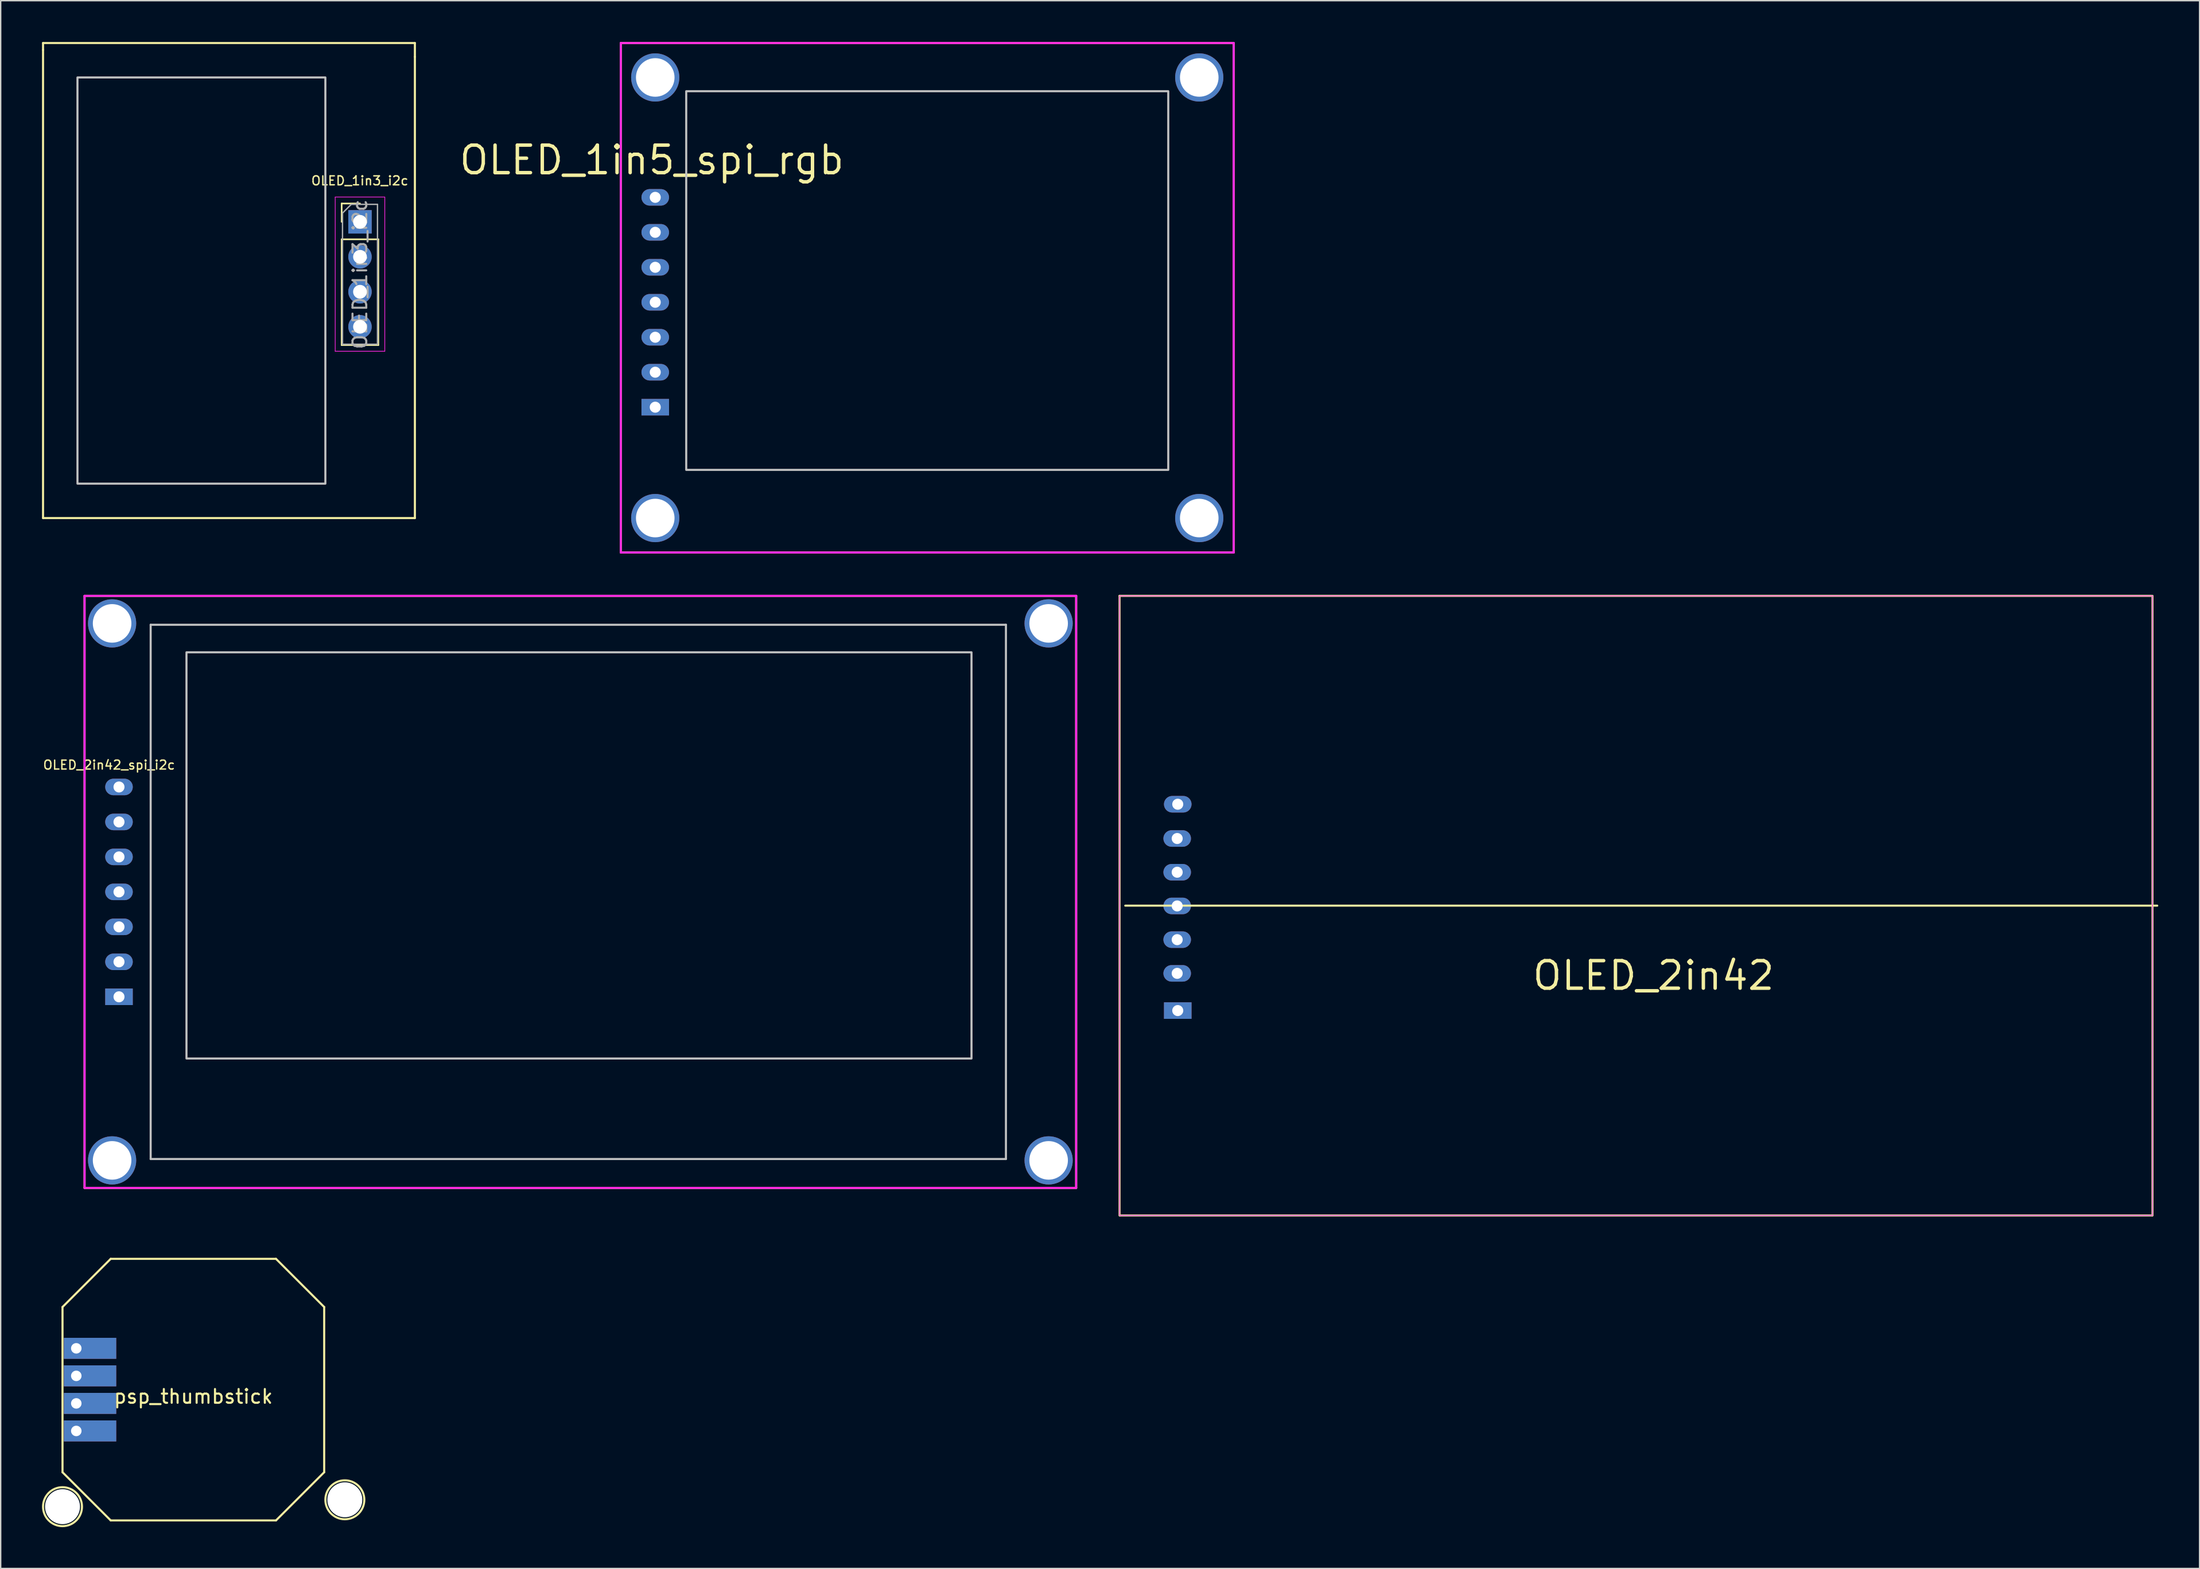
<source format=kicad_pcb>
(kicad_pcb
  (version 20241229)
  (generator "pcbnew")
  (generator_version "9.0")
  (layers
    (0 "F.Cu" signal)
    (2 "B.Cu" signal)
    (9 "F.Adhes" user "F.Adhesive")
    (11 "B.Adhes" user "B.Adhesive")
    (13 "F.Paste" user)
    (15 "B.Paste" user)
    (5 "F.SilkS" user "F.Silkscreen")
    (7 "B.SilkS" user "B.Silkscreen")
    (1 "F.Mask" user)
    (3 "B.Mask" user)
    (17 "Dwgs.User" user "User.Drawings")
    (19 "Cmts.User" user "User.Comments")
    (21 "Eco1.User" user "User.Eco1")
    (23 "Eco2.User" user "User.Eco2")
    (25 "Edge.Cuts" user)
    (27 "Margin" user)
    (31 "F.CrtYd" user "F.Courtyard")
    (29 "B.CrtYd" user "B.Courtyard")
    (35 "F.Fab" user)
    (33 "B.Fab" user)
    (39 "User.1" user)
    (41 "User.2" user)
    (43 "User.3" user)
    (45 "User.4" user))
  (footprint "OLED_2in42"
    (layer "F.Cu")
    (at 115.74 62.725)
    (property "Reference" "OLED_2in42" (at 1.27 5.08 0) (layer "F.SilkS") (effects (font (size 2 2) (thickness 0.25))))
    (attr through_hole)
    (fp_line (start -37.5 -22.5) (end 37.43 -22.5) (stroke (width 0.15) (type solid)) (layer "F.SilkS"))
    (fp_line (start -37.5 22.5) (end -37.5 -22.5) (stroke (width 0.15) (type solid)) (layer "F.SilkS"))
    (fp_line (start -37.084 0) (end 37.846 0) (stroke (width 0.15) (type solid)) (layer "F.SilkS"))
    (fp_line (start 37.465 22.5) (end -37.465 22.5) (stroke (width 0.15) (type solid)) (layer "F.SilkS"))
    (fp_line (start 37.5 -22.5) (end 37.5 22.5) (stroke (width 0.15) (type solid)) (layer "F.SilkS"))
    (fp_line (start -37.5 22.5) (end -37.5 -22.5) (stroke (width 0.05) (type solid)) (layer "F.CrtYd"))
    (fp_line (start -37.465 -22.5) (end 37.465 -22.5) (stroke (width 0.05) (type solid)) (layer "F.CrtYd"))
    (fp_line (start 37.465 22.5) (end -37.465 22.5) (stroke (width 0.05) (type solid)) (layer "F.CrtYd"))
    (fp_line (start 37.5 -22.5) (end 37.5 22.5) (stroke (width 0.05) (type solid)) (layer "F.CrtYd"))
    (pad "1" thru_hole rect (at -33.274 7.62 90) (size 1.2 2) (drill 0.8) (layers "*.Cu" "*.Mask"))
    (pad "2" thru_hole oval (at -33.315 4.917 90) (size 1.2 2) (drill 0.8) (layers "*.Cu" "*.Mask"))
    (pad "3" thru_hole oval (at -33.315 2.469 90) (size 1.2 2) (drill 0.8) (layers "*.Cu" "*.Mask"))
    (pad "4" thru_hole oval (at -33.315 0.02 90) (size 1.2 2) (drill 0.8) (layers "*.Cu" "*.Mask"))
    (pad "5" thru_hole oval (at -33.315 -2.428 90) (size 1.2 2) (drill 0.8) (layers "*.Cu" "*.Mask"))
    (pad "6" thru_hole oval (at -33.315 -4.877 90) (size 1.2 2) (drill 0.8) (layers "*.Cu" "*.Mask"))
    (pad "7" thru_hole oval (at -33.274 -7.366 90) (size 1.2 2) (drill 0.8) (layers "*.Cu" "*.Mask")))
  (footprint "OLED_2in42_spi_i2c"
    (layer "F.Cu")
    (at 39.158 61.397)
    (property "Reference" "OLED_2in42_spi_i2c" (at -34.29 -8.89 0) (layer "F.SilkS") (effects (font (size 0.648 0.648) (thickness 0.102))))
    (attr through_hole)
    (fp_line (start -36.068 -21.172) (end -36.068 21.828) (stroke (width 0.15) (type solid)) (layer "F.SilkS"))
    (fp_line (start -36.068 21.828) (end 35.932 21.828) (stroke (width 0.15) (type solid)) (layer "F.SilkS"))
    (fp_line (start 35.932 -21.172) (end -36.068 -21.172) (stroke (width 0.15) (type solid)) (layer "F.SilkS"))
    (fp_line (start 35.932 21.828) (end 35.932 -21.172) (stroke (width 0.15) (type solid)) (layer "F.SilkS"))
    (fp_line (start -31.268 -19.072) (end 30.832 -19.072) (stroke (width 0.15) (type solid)) (layer "Dwgs.User"))
    (fp_line (start -31.268 19.728) (end -31.268 -19.072) (stroke (width 0.15) (type solid)) (layer "Dwgs.User"))
    (fp_line (start 30.832 -19.072) (end 30.832 19.728) (stroke (width 0.15) (type solid)) (layer "Dwgs.User"))
    (fp_line (start 30.832 19.728) (end -31.268 19.728) (stroke (width 0.15) (type solid)) (layer "Dwgs.User"))
    (fp_poly (pts (xy 28.332 12.428) (xy 28.332 -17.072) (xy -28.668 -17.072) (xy -28.668 12.428)) (stroke (width 0.15) (type solid)) (fill no) (layer "Dwgs.User"))
    (fp_line (start -36.068 -21.172) (end -36.068 21.828) (stroke (width 0.15) (type solid)) (layer "F.CrtYd"))
    (fp_line (start -36.068 21.828) (end 35.932 21.828) (stroke (width 0.15) (type solid)) (layer "F.CrtYd"))
    (fp_line (start 35.932 -21.172) (end -36.068 -21.172) (stroke (width 0.15) (type solid)) (layer "F.CrtYd"))
    (fp_line (start 35.932 21.828) (end 35.932 -21.172) (stroke (width 0.15) (type solid)) (layer "F.CrtYd"))
    (pad "" np_thru_hole circle (at -34.068 -19.172 90) (size 3.5 3.5) (drill 2.8) (layers "*.Cu" "*.Mask"))
    (pad "" np_thru_hole circle (at -34.068 19.828 90) (size 3.5 3.5) (drill 2.8) (layers "*.Cu" "*.Mask"))
    (pad "" np_thru_hole circle (at 33.932 -19.172 90) (size 3.5 3.5) (drill 2.8) (layers "*.Cu" "*.Mask"))
    (pad "" np_thru_hole circle (at 33.932 19.828 90) (size 3.5 3.5) (drill 2.8) (layers "*.Cu" "*.Mask"))
    (pad "1" thru_hole rect (at -33.568 7.948 90) (size 1.2 2) (drill 0.8) (layers "*.Cu" "*.Mask"))
    (pad "2" thru_hole oval (at -33.568 5.408 90) (size 1.2 2) (drill 0.8) (layers "*.Cu" "*.Mask"))
    (pad "3" thru_hole oval (at -33.568 2.868 90) (size 1.2 2) (drill 0.8) (layers "*.Cu" "*.Mask"))
    (pad "4" thru_hole oval (at -33.568 0.328 90) (size 1.2 2) (drill 0.8) (layers "*.Cu" "*.Mask"))
    (pad "5" thru_hole oval (at -33.568 -2.212 90) (size 1.2 2) (drill 0.8) (layers "*.Cu" "*.Mask"))
    (pad "6" thru_hole oval (at -33.568 -4.752 90) (size 1.2 2) (drill 0.8) (layers "*.Cu" "*.Mask"))
    (pad "7" thru_hole oval (at -33.568 -7.292 90) (size 1.2 2) (drill 0.8) (layers "*.Cu" "*.Mask")))
  (footprint "psp_thumbstick"
    (layer "F.Cu")
    (at 10.989 97.875)
    (property "Reference" "psp_thumbstick" (at 0 0.5 0) (layer "F.SilkS") (effects (font (size 1 1) (thickness 0.15))))
    (attr through_hole)
    (fp_line (start -9.5 -6) (end -9.5 6) (stroke (width 0.15) (type solid)) (layer "F.SilkS"))
    (fp_line (start -9.5 -6) (end -6 -9.5) (stroke (width 0.15) (type solid)) (layer "F.SilkS"))
    (fp_line (start -6 -9.5) (end 6 -9.5) (stroke (width 0.15) (type solid)) (layer "F.SilkS"))
    (fp_line (start -6 9.5) (end -9.5 6) (stroke (width 0.15) (type solid)) (layer "F.SilkS"))
    (fp_line (start -6 9.5) (end 6 9.5) (stroke (width 0.15) (type solid)) (layer "F.SilkS"))
    (fp_line (start 6 -9.5) (end 9.5 -6) (stroke (width 0.15) (type solid)) (layer "F.SilkS"))
    (fp_line (start 6 9.5) (end 9.5 6) (stroke (width 0.15) (type solid)) (layer "F.SilkS"))
    (fp_line (start 9.5 -6) (end 9.5 6) (stroke (width 0.15) (type solid)) (layer "F.SilkS"))
    (fp_circle (center -9.5 8.5) (end -8.5 9.5) (stroke (width 0.15) (type solid)) (fill no) (layer "F.SilkS"))
    (fp_circle (center 11 8) (end 12 9) (stroke (width 0.15) (type solid)) (fill no) (layer "F.SilkS"))
    (pad "" np_thru_hole circle (at -9.5 8.5) (size 2.54 2.54) (drill 2.54) (layers "*.Cu" "*.Mask"))
    (pad "" np_thru_hole circle (at 11 8) (size 2.54 2.54) (drill 2.54) (layers "*.Cu" "*.Mask"))
    (pad "1" thru_hole rect (at -8.5 -3) (size 3.8 1.524) (drill 0.762 (offset 1 0)) (layers "*.Cu" "*.Mask"))
    (pad "2" thru_hole rect (at -8.5 -1) (size 3.8 1.524) (drill 0.762 (offset 1 0)) (layers "*.Cu" "*.Mask"))
    (pad "3" thru_hole rect (at -8.5 1) (size 3.8 1.524) (drill 0.762 (offset 1 0)) (layers "*.Cu" "*.Mask"))
    (pad "4" thru_hole rect (at -8.5 3) (size 3.8 1.524) (drill 0.762 (offset 1 0)) (layers "*.Cu" "*.Mask")))
  (footprint "OLED_1in5_spi_rgb"
    (layer "F.Cu")
    (at 64.277 18.575)
    (property "Reference" "OLED_1in5_spi_rgb" (at -20 -10 0) (layer "F.SilkS") (effects (font (size 2 2) (thickness 0.25))))
    (attr through_hole)
    (fp_line (start -22.25 -18.5) (end -22.25 18.5) (stroke (width 0.15) (type solid)) (layer "F.SilkS"))
    (fp_line (start -22.25 18.5) (end 22.25 18.5) (stroke (width 0.15) (type solid)) (layer "F.SilkS"))
    (fp_line (start 22.25 -18.5) (end -22.25 -18.5) (stroke (width 0.15) (type solid)) (layer "F.SilkS"))
    (fp_line (start 22.25 18.5) (end 22.25 -18.5) (stroke (width 0.15) (type solid)) (layer "F.SilkS"))
    (fp_poly (pts (xy 17.5 12.5) (xy 17.5 -15) (xy -17.5 -15) (xy -17.5 12.5)) (stroke (width 0.15) (type solid)) (fill no) (layer "Dwgs.User"))
    (fp_line (start -22.25 -18.5) (end -22.25 18.5) (stroke (width 0.15) (type solid)) (layer "F.CrtYd"))
    (fp_line (start -22.25 18.5) (end 22.25 18.5) (stroke (width 0.15) (type solid)) (layer "F.CrtYd"))
    (fp_line (start 22.25 -18.5) (end -22.25 -18.5) (stroke (width 0.15) (type solid)) (layer "F.CrtYd"))
    (fp_line (start 22.25 18.5) (end 22.25 -18.5) (stroke (width 0.15) (type solid)) (layer "F.CrtYd"))
    (pad "" np_thru_hole circle (at -19.75 -16 90) (size 3.5 3.5) (drill 2.8) (layers "*.Cu" "*.Mask"))
    (pad "" np_thru_hole circle (at -19.75 16 90) (size 3.5 3.5) (drill 2.8) (layers "*.Cu" "*.Mask"))
    (pad "" np_thru_hole circle (at 19.75 -16 90) (size 3.5 3.5) (drill 2.8) (layers "*.Cu" "*.Mask"))
    (pad "" np_thru_hole circle (at 19.75 16 90) (size 3.5 3.5) (drill 2.8) (layers "*.Cu" "*.Mask"))
    (pad "1" thru_hole rect (at -19.75 7.948 90) (size 1.2 2) (drill 0.8) (layers "*.Cu" "*.Mask"))
    (pad "2" thru_hole oval (at -19.75 5.408 90) (size 1.2 2) (drill 0.8) (layers "*.Cu" "*.Mask"))
    (pad "3" thru_hole oval (at -19.75 2.868 90) (size 1.2 2) (drill 0.8) (layers "*.Cu" "*.Mask"))
    (pad "4" thru_hole oval (at -19.75 0.328 90) (size 1.2 2) (drill 0.8) (layers "*.Cu" "*.Mask"))
    (pad "5" thru_hole oval (at -19.75 -2.212 90) (size 1.2 2) (drill 0.8) (layers "*.Cu" "*.Mask"))
    (pad "6" thru_hole oval (at -19.75 -4.752 90) (size 1.2 2) (drill 0.8) (layers "*.Cu" "*.Mask"))
    (pad "7" thru_hole oval (at -19.75 -7.292 90) (size 1.2 2) (drill 0.8) (layers "*.Cu" "*.Mask")))
  (footprint "OLED_1in3_i2c"
    (layer "F.Cu")
    (at 23.075 13.075)
    (property "Reference" "OLED_1in3_i2c" (at 0 -3 180) (layer "F.SilkS") (effects (font (size 0.648 0.648) (thickness 0.102))))
    (attr through_hole)
    (fp_line (start -23 -13) (end 4 -13) (stroke (width 0.15) (type solid)) (layer "F.SilkS"))
    (fp_line (start -23 -12.5) (end -23 -13) (stroke (width 0.15) (type solid)) (layer "F.SilkS"))
    (fp_line (start -23 21.5) (end -23 -12.5) (stroke (width 0.15) (type solid)) (layer "F.SilkS"))
    (fp_line (start -1.316 -1.344) (end 0.014 -1.344) (stroke (width 0.12) (type solid)) (layer "F.SilkS"))
    (fp_line (start -1.316 -0.014) (end -1.316 -1.344) (stroke (width 0.12) (type solid)) (layer "F.SilkS"))
    (fp_line (start -1.316 1.256) (end -1.316 8.936) (stroke (width 0.12) (type solid)) (layer "F.SilkS"))
    (fp_line (start -1.316 1.256) (end 1.344 1.256) (stroke (width 0.12) (type solid)) (layer "F.SilkS"))
    (fp_line (start -1.316 8.936) (end 1.344 8.936) (stroke (width 0.12) (type solid)) (layer "F.SilkS"))
    (fp_line (start 1.344 1.256) (end 1.344 8.936) (stroke (width 0.12) (type solid)) (layer "F.SilkS"))
    (fp_line (start 4 -13) (end 4 -12) (stroke (width 0.15) (type solid)) (layer "F.SilkS"))
    (fp_line (start 4 -12) (end 4 21.5) (stroke (width 0.15) (type solid)) (layer "F.SilkS"))
    (fp_line (start 4 21.5) (end -23 21.5) (stroke (width 0.15) (type solid)) (layer "F.SilkS"))
    (fp_poly (pts (xy -2.5 -10.5) (xy -2.5 19) (xy -20.5 19) (xy -20.5 -10.5)) (stroke (width 0.15) (type solid)) (fill no) (layer "Dwgs.User"))
    (fp_line (start -1.786 -1.814) (end -1.786 9.386) (stroke (width 0.05) (type solid)) (layer "F.CrtYd"))
    (fp_line (start -1.786 9.386) (end 1.814 9.386) (stroke (width 0.05) (type solid)) (layer "F.CrtYd"))
    (fp_line (start 1.814 -1.814) (end -1.786 -1.814) (stroke (width 0.05) (type solid)) (layer "F.CrtYd"))
    (fp_line (start 1.814 9.386) (end 1.814 -1.814) (stroke (width 0.05) (type solid)) (layer "F.CrtYd"))
    (fp_line (start -1.256 -0.649) (end -0.621 -1.284) (stroke (width 0.1) (type solid)) (layer "F.Fab"))
    (fp_line (start -1.256 8.876) (end -1.256 -0.649) (stroke (width 0.1) (type solid)) (layer "F.Fab"))
    (fp_line (start -0.621 -1.284) (end 1.284 -1.284) (stroke (width 0.1) (type solid)) (layer "F.Fab"))
    (fp_line (start 1.284 -1.284) (end 1.284 8.876) (stroke (width 0.1) (type solid)) (layer "F.Fab"))
    (fp_line (start 1.284 8.876) (end -1.256 8.876) (stroke (width 0.1) (type solid)) (layer "F.Fab"))
    (fp_text user "${REFERENCE}" (at 0.014 3.796 90) (layer "F.Fab") (effects (font (size 1 1) (thickness 0.15))))
    (pad "1" thru_hole rect (at 0.014 -0.014) (size 1.7 1.7) (drill 1) (layers "*.Cu" "*.Mask"))
    (pad "2" thru_hole oval (at 0.014 2.526) (size 1.7 1.7) (drill 1) (layers "*.Cu" "*.Mask"))
    (pad "3" thru_hole oval (at 0.014 5.066) (size 1.7 1.7) (drill 1) (layers "*.Cu" "*.Mask"))
    (pad "4" thru_hole oval (at 0.014 7.606) (size 1.7 1.7) (drill 1) (layers "*.Cu" "*.Mask")))
  (gr_rect
    (start -3 -3)
    (end 156.661 110.864)
    (stroke (width 0.1) (type default))
    (fill no)
    (layer "Edge.Cuts")))
</source>
